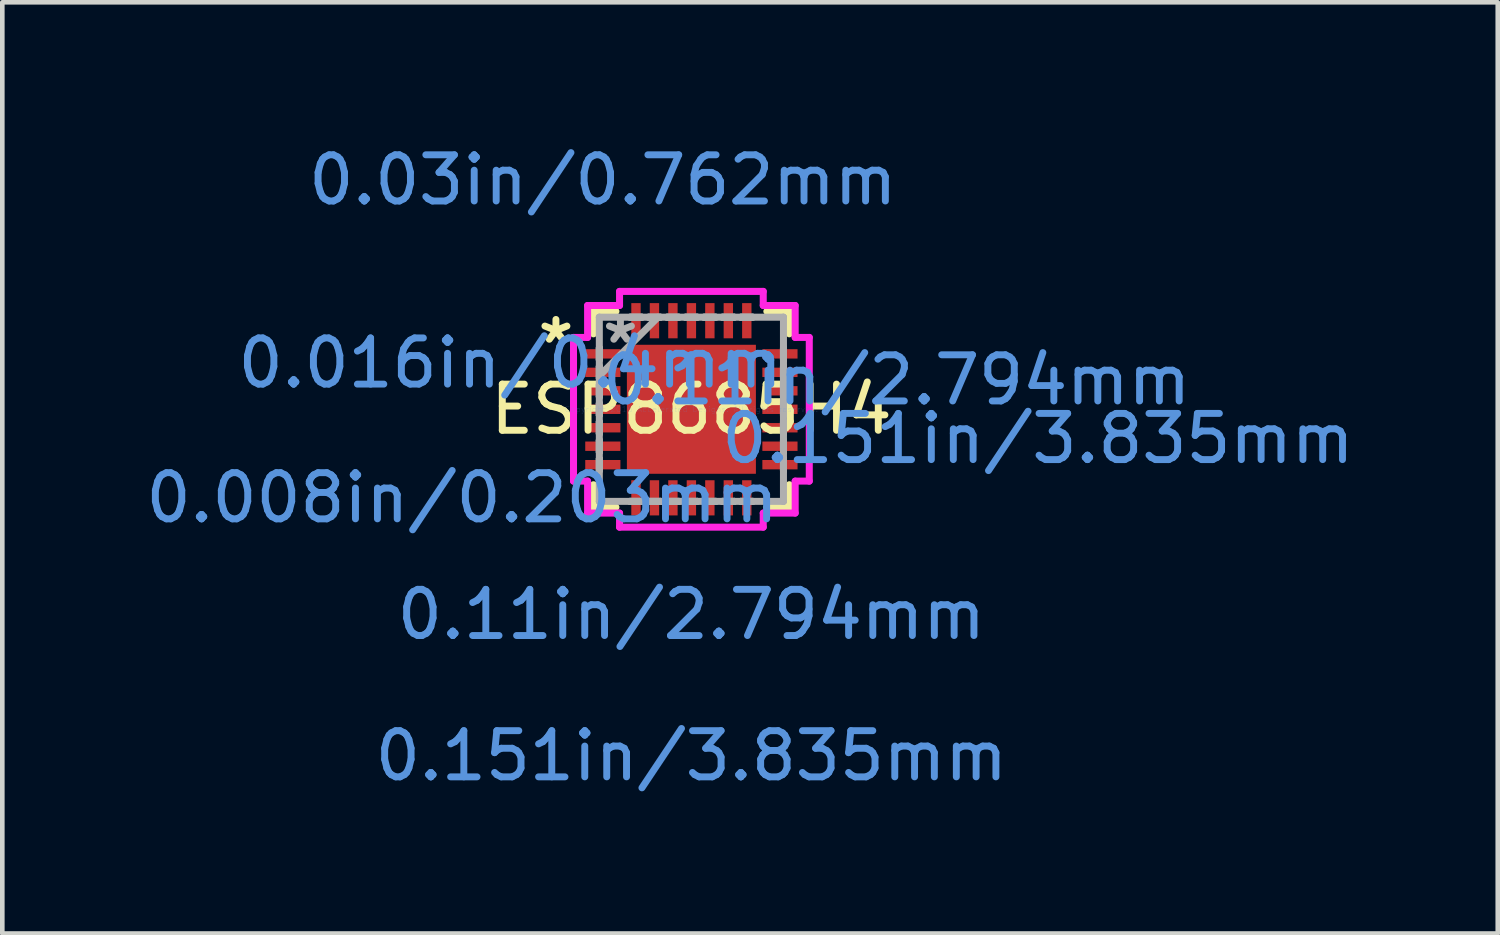
<source format=kicad_pcb>
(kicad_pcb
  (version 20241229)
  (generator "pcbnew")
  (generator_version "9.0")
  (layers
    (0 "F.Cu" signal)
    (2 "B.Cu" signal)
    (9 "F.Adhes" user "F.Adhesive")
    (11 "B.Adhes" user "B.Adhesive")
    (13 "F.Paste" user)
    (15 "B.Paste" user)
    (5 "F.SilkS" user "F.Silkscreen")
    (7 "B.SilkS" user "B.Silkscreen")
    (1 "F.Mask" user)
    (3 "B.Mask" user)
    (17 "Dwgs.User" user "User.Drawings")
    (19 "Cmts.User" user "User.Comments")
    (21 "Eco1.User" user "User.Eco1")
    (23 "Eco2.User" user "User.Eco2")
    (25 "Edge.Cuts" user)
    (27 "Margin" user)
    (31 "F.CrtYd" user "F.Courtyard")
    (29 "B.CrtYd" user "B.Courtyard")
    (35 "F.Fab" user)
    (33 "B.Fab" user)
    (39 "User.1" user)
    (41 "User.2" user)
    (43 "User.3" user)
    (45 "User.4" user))
  (footprint "ESP8685H4"
    (layer "F.Cu")
    (at 11.924 5.814)
    (property "Reference" "ESP8685H4" (at 0 0 0) (layer "F.SilkS") (effects (font (size 1 1) (thickness 0.15))))
    (attr through_hole)
    (fp_line (start -2.121 -2.121) (end -2.121 -1.634) (stroke (width 0.152) (type solid)) (layer "F.SilkS"))
    (fp_line (start -2.121 1.634) (end -2.121 2.121) (stroke (width 0.152) (type solid)) (layer "F.SilkS"))
    (fp_line (start -2.121 2.121) (end -1.634 2.121) (stroke (width 0.152) (type solid)) (layer "F.SilkS"))
    (fp_line (start -1.634 -2.121) (end -2.121 -2.121) (stroke (width 0.152) (type solid)) (layer "F.SilkS"))
    (fp_line (start 1.634 2.121) (end 2.121 2.121) (stroke (width 0.152) (type solid)) (layer "F.SilkS"))
    (fp_line (start 2.121 -2.121) (end 1.634 -2.121) (stroke (width 0.152) (type solid)) (layer "F.SilkS"))
    (fp_line (start 2.121 -1.634) (end 2.121 -2.121) (stroke (width 0.152) (type solid)) (layer "F.SilkS"))
    (fp_line (start 2.121 2.121) (end 2.121 1.634) (stroke (width 0.152) (type solid)) (layer "F.SilkS"))
    (fp_line (start -2.553 -1.556) (end -2.248 -1.556) (stroke (width 0.152) (type solid)) (layer "F.CrtYd"))
    (fp_line (start -2.553 1.556) (end -2.553 -1.556) (stroke (width 0.152) (type solid)) (layer "F.CrtYd"))
    (fp_line (start -2.248 -2.248) (end -1.556 -2.248) (stroke (width 0.152) (type solid)) (layer "F.CrtYd"))
    (fp_line (start -2.248 -1.556) (end -2.248 -2.248) (stroke (width 0.152) (type solid)) (layer "F.CrtYd"))
    (fp_line (start -2.248 1.556) (end -2.553 1.556) (stroke (width 0.152) (type solid)) (layer "F.CrtYd"))
    (fp_line (start -2.248 2.248) (end -2.248 1.556) (stroke (width 0.152) (type solid)) (layer "F.CrtYd"))
    (fp_line (start -1.556 -2.553) (end 1.556 -2.553) (stroke (width 0.152) (type solid)) (layer "F.CrtYd"))
    (fp_line (start -1.556 -2.248) (end -1.556 -2.553) (stroke (width 0.152) (type solid)) (layer "F.CrtYd"))
    (fp_line (start -1.556 2.248) (end -2.248 2.248) (stroke (width 0.152) (type solid)) (layer "F.CrtYd"))
    (fp_line (start -1.556 2.553) (end -1.556 2.248) (stroke (width 0.152) (type solid)) (layer "F.CrtYd"))
    (fp_line (start 1.556 -2.553) (end 1.556 -2.248) (stroke (width 0.152) (type solid)) (layer "F.CrtYd"))
    (fp_line (start 1.556 -2.248) (end 2.248 -2.248) (stroke (width 0.152) (type solid)) (layer "F.CrtYd"))
    (fp_line (start 1.556 2.248) (end 1.556 2.553) (stroke (width 0.152) (type solid)) (layer "F.CrtYd"))
    (fp_line (start 1.556 2.553) (end -1.556 2.553) (stroke (width 0.152) (type solid)) (layer "F.CrtYd"))
    (fp_line (start 2.248 -2.248) (end 2.248 -1.556) (stroke (width 0.152) (type solid)) (layer "F.CrtYd"))
    (fp_line (start 2.248 -1.556) (end 2.553 -1.556) (stroke (width 0.152) (type solid)) (layer "F.CrtYd"))
    (fp_line (start 2.248 1.556) (end 2.248 2.248) (stroke (width 0.152) (type solid)) (layer "F.CrtYd"))
    (fp_line (start 2.248 2.248) (end 1.556 2.248) (stroke (width 0.152) (type solid)) (layer "F.CrtYd"))
    (fp_line (start 2.553 -1.556) (end 2.553 1.556) (stroke (width 0.152) (type solid)) (layer "F.CrtYd"))
    (fp_line (start 2.553 1.556) (end 2.248 1.556) (stroke (width 0.152) (type solid)) (layer "F.CrtYd"))
    (fp_line (start -1.994 -1.994) (end -1.994 -1.994) (stroke (width 0.152) (type solid)) (layer "F.Fab"))
    (fp_line (start -1.994 -1.994) (end -1.994 1.994) (stroke (width 0.152) (type solid)) (layer "F.Fab"))
    (fp_line (start -1.994 -1.327) (end -1.994 -1.327) (stroke (width 0.152) (type solid)) (layer "F.Fab"))
    (fp_line (start -1.994 -1.327) (end -1.994 -1.073) (stroke (width 0.152) (type solid)) (layer "F.Fab"))
    (fp_line (start -1.994 -1.073) (end -1.994 -1.327) (stroke (width 0.152) (type solid)) (layer "F.Fab"))
    (fp_line (start -1.994 -1.073) (end -1.994 -1.073) (stroke (width 0.152) (type solid)) (layer "F.Fab"))
    (fp_line (start -1.994 -0.927) (end -1.994 -0.927) (stroke (width 0.152) (type solid)) (layer "F.Fab"))
    (fp_line (start -1.994 -0.927) (end -1.994 -0.673) (stroke (width 0.152) (type solid)) (layer "F.Fab"))
    (fp_line (start -1.994 -0.724) (end -0.724 -1.994) (stroke (width 0.152) (type solid)) (layer "F.Fab"))
    (fp_line (start -1.994 -0.673) (end -1.994 -0.927) (stroke (width 0.152) (type solid)) (layer "F.Fab"))
    (fp_line (start -1.994 -0.673) (end -1.994 -0.673) (stroke (width 0.152) (type solid)) (layer "F.Fab"))
    (fp_line (start -1.994 -0.527) (end -1.994 -0.527) (stroke (width 0.152) (type solid)) (layer "F.Fab"))
    (fp_line (start -1.994 -0.527) (end -1.994 -0.273) (stroke (width 0.152) (type solid)) (layer "F.Fab"))
    (fp_line (start -1.994 -0.273) (end -1.994 -0.527) (stroke (width 0.152) (type solid)) (layer "F.Fab"))
    (fp_line (start -1.994 -0.273) (end -1.994 -0.273) (stroke (width 0.152) (type solid)) (layer "F.Fab"))
    (fp_line (start -1.994 -0.127) (end -1.994 -0.127) (stroke (width 0.152) (type solid)) (layer "F.Fab"))
    (fp_line (start -1.994 -0.127) (end -1.994 0.127) (stroke (width 0.152) (type solid)) (layer "F.Fab"))
    (fp_line (start -1.994 0.127) (end -1.994 -0.127) (stroke (width 0.152) (type solid)) (layer "F.Fab"))
    (fp_line (start -1.994 0.127) (end -1.994 0.127) (stroke (width 0.152) (type solid)) (layer "F.Fab"))
    (fp_line (start -1.994 0.273) (end -1.994 0.273) (stroke (width 0.152) (type solid)) (layer "F.Fab"))
    (fp_line (start -1.994 0.273) (end -1.994 0.527) (stroke (width 0.152) (type solid)) (layer "F.Fab"))
    (fp_line (start -1.994 0.527) (end -1.994 0.273) (stroke (width 0.152) (type solid)) (layer "F.Fab"))
    (fp_line (start -1.994 0.527) (end -1.994 0.527) (stroke (width 0.152) (type solid)) (layer "F.Fab"))
    (fp_line (start -1.994 0.673) (end -1.994 0.673) (stroke (width 0.152) (type solid)) (layer "F.Fab"))
    (fp_line (start -1.994 0.673) (end -1.994 0.927) (stroke (width 0.152) (type solid)) (layer "F.Fab"))
    (fp_line (start -1.994 0.927) (end -1.994 0.673) (stroke (width 0.152) (type solid)) (layer "F.Fab"))
    (fp_line (start -1.994 0.927) (end -1.994 0.927) (stroke (width 0.152) (type solid)) (layer "F.Fab"))
    (fp_line (start -1.994 1.073) (end -1.994 1.073) (stroke (width 0.152) (type solid)) (layer "F.Fab"))
    (fp_line (start -1.994 1.073) (end -1.994 1.327) (stroke (width 0.152) (type solid)) (layer "F.Fab"))
    (fp_line (start -1.994 1.327) (end -1.994 1.073) (stroke (width 0.152) (type solid)) (layer "F.Fab"))
    (fp_line (start -1.994 1.327) (end -1.994 1.327) (stroke (width 0.152) (type solid)) (layer "F.Fab"))
    (fp_line (start -1.994 1.994) (end -1.994 1.994) (stroke (width 0.152) (type solid)) (layer "F.Fab"))
    (fp_line (start -1.994 1.994) (end 1.994 1.994) (stroke (width 0.152) (type solid)) (layer "F.Fab"))
    (fp_line (start -1.327 -1.994) (end -1.327 -1.994) (stroke (width 0.152) (type solid)) (layer "F.Fab"))
    (fp_line (start -1.327 -1.994) (end -1.073 -1.994) (stroke (width 0.152) (type solid)) (layer "F.Fab"))
    (fp_line (start -1.327 1.994) (end -1.327 1.994) (stroke (width 0.152) (type solid)) (layer "F.Fab"))
    (fp_line (start -1.327 1.994) (end -1.073 1.994) (stroke (width 0.152) (type solid)) (layer "F.Fab"))
    (fp_line (start -1.073 -1.994) (end -1.327 -1.994) (stroke (width 0.152) (type solid)) (layer "F.Fab"))
    (fp_line (start -1.073 -1.994) (end -1.073 -1.994) (stroke (width 0.152) (type solid)) (layer "F.Fab"))
    (fp_line (start -1.073 1.994) (end -1.327 1.994) (stroke (width 0.152) (type solid)) (layer "F.Fab"))
    (fp_line (start -1.073 1.994) (end -1.073 1.994) (stroke (width 0.152) (type solid)) (layer "F.Fab"))
    (fp_line (start -0.927 -1.994) (end -0.927 -1.994) (stroke (width 0.152) (type solid)) (layer "F.Fab"))
    (fp_line (start -0.927 -1.994) (end -0.673 -1.994) (stroke (width 0.152) (type solid)) (layer "F.Fab"))
    (fp_line (start -0.927 1.994) (end -0.927 1.994) (stroke (width 0.152) (type solid)) (layer "F.Fab"))
    (fp_line (start -0.927 1.994) (end -0.673 1.994) (stroke (width 0.152) (type solid)) (layer "F.Fab"))
    (fp_line (start -0.673 -1.994) (end -0.927 -1.994) (stroke (width 0.152) (type solid)) (layer "F.Fab"))
    (fp_line (start -0.673 -1.994) (end -0.673 -1.994) (stroke (width 0.152) (type solid)) (layer "F.Fab"))
    (fp_line (start -0.673 1.994) (end -0.927 1.994) (stroke (width 0.152) (type solid)) (layer "F.Fab"))
    (fp_line (start -0.673 1.994) (end -0.673 1.994) (stroke (width 0.152) (type solid)) (layer "F.Fab"))
    (fp_line (start -0.527 -1.994) (end -0.527 -1.994) (stroke (width 0.152) (type solid)) (layer "F.Fab"))
    (fp_line (start -0.527 -1.994) (end -0.273 -1.994) (stroke (width 0.152) (type solid)) (layer "F.Fab"))
    (fp_line (start -0.527 1.994) (end -0.527 1.994) (stroke (width 0.152) (type solid)) (layer "F.Fab"))
    (fp_line (start -0.527 1.994) (end -0.273 1.994) (stroke (width 0.152) (type solid)) (layer "F.Fab"))
    (fp_line (start -0.273 -1.994) (end -0.527 -1.994) (stroke (width 0.152) (type solid)) (layer "F.Fab"))
    (fp_line (start -0.273 -1.994) (end -0.273 -1.994) (stroke (width 0.152) (type solid)) (layer "F.Fab"))
    (fp_line (start -0.273 1.994) (end -0.527 1.994) (stroke (width 0.152) (type solid)) (layer "F.Fab"))
    (fp_line (start -0.273 1.994) (end -0.273 1.994) (stroke (width 0.152) (type solid)) (layer "F.Fab"))
    (fp_line (start -0.127 -1.994) (end -0.127 -1.994) (stroke (width 0.152) (type solid)) (layer "F.Fab"))
    (fp_line (start -0.127 -1.994) (end 0.127 -1.994) (stroke (width 0.152) (type solid)) (layer "F.Fab"))
    (fp_line (start -0.127 1.994) (end -0.127 1.994) (stroke (width 0.152) (type solid)) (layer "F.Fab"))
    (fp_line (start -0.127 1.994) (end 0.127 1.994) (stroke (width 0.152) (type solid)) (layer "F.Fab"))
    (fp_line (start 0.127 -1.994) (end -0.127 -1.994) (stroke (width 0.152) (type solid)) (layer "F.Fab"))
    (fp_line (start 0.127 -1.994) (end 0.127 -1.994) (stroke (width 0.152) (type solid)) (layer "F.Fab"))
    (fp_line (start 0.127 1.994) (end -0.127 1.994) (stroke (width 0.152) (type solid)) (layer "F.Fab"))
    (fp_line (start 0.127 1.994) (end 0.127 1.994) (stroke (width 0.152) (type solid)) (layer "F.Fab"))
    (fp_line (start 0.273 -1.994) (end 0.273 -1.994) (stroke (width 0.152) (type solid)) (layer "F.Fab"))
    (fp_line (start 0.273 -1.994) (end 0.527 -1.994) (stroke (width 0.152) (type solid)) (layer "F.Fab"))
    (fp_line (start 0.273 1.994) (end 0.273 1.994) (stroke (width 0.152) (type solid)) (layer "F.Fab"))
    (fp_line (start 0.273 1.994) (end 0.527 1.994) (stroke (width 0.152) (type solid)) (layer "F.Fab"))
    (fp_line (start 0.527 -1.994) (end 0.273 -1.994) (stroke (width 0.152) (type solid)) (layer "F.Fab"))
    (fp_line (start 0.527 -1.994) (end 0.527 -1.994) (stroke (width 0.152) (type solid)) (layer "F.Fab"))
    (fp_line (start 0.527 1.994) (end 0.273 1.994) (stroke (width 0.152) (type solid)) (layer "F.Fab"))
    (fp_line (start 0.527 1.994) (end 0.527 1.994) (stroke (width 0.152) (type solid)) (layer "F.Fab"))
    (fp_line (start 0.673 -1.994) (end 0.673 -1.994) (stroke (width 0.152) (type solid)) (layer "F.Fab"))
    (fp_line (start 0.673 -1.994) (end 0.927 -1.994) (stroke (width 0.152) (type solid)) (layer "F.Fab"))
    (fp_line (start 0.673 1.994) (end 0.673 1.994) (stroke (width 0.152) (type solid)) (layer "F.Fab"))
    (fp_line (start 0.673 1.994) (end 0.927 1.994) (stroke (width 0.152) (type solid)) (layer "F.Fab"))
    (fp_line (start 0.927 -1.994) (end 0.673 -1.994) (stroke (width 0.152) (type solid)) (layer "F.Fab"))
    (fp_line (start 0.927 -1.994) (end 0.927 -1.994) (stroke (width 0.152) (type solid)) (layer "F.Fab"))
    (fp_line (start 0.927 1.994) (end 0.673 1.994) (stroke (width 0.152) (type solid)) (layer "F.Fab"))
    (fp_line (start 0.927 1.994) (end 0.927 1.994) (stroke (width 0.152) (type solid)) (layer "F.Fab"))
    (fp_line (start 1.073 -1.994) (end 1.073 -1.994) (stroke (width 0.152) (type solid)) (layer "F.Fab"))
    (fp_line (start 1.073 -1.994) (end 1.327 -1.994) (stroke (width 0.152) (type solid)) (layer "F.Fab"))
    (fp_line (start 1.073 1.994) (end 1.073 1.994) (stroke (width 0.152) (type solid)) (layer "F.Fab"))
    (fp_line (start 1.073 1.994) (end 1.327 1.994) (stroke (width 0.152) (type solid)) (layer "F.Fab"))
    (fp_line (start 1.327 -1.994) (end 1.073 -1.994) (stroke (width 0.152) (type solid)) (layer "F.Fab"))
    (fp_line (start 1.327 -1.994) (end 1.327 -1.994) (stroke (width 0.152) (type solid)) (layer "F.Fab"))
    (fp_line (start 1.327 1.994) (end 1.073 1.994) (stroke (width 0.152) (type solid)) (layer "F.Fab"))
    (fp_line (start 1.327 1.994) (end 1.327 1.994) (stroke (width 0.152) (type solid)) (layer "F.Fab"))
    (fp_line (start 1.994 -1.994) (end -1.994 -1.994) (stroke (width 0.152) (type solid)) (layer "F.Fab"))
    (fp_line (start 1.994 -1.994) (end 1.994 -1.994) (stroke (width 0.152) (type solid)) (layer "F.Fab"))
    (fp_line (start 1.994 -1.327) (end 1.994 -1.327) (stroke (width 0.152) (type solid)) (layer "F.Fab"))
    (fp_line (start 1.994 -1.327) (end 1.994 -1.073) (stroke (width 0.152) (type solid)) (layer "F.Fab"))
    (fp_line (start 1.994 -1.073) (end 1.994 -1.327) (stroke (width 0.152) (type solid)) (layer "F.Fab"))
    (fp_line (start 1.994 -1.073) (end 1.994 -1.073) (stroke (width 0.152) (type solid)) (layer "F.Fab"))
    (fp_line (start 1.994 -0.927) (end 1.994 -0.927) (stroke (width 0.152) (type solid)) (layer "F.Fab"))
    (fp_line (start 1.994 -0.927) (end 1.994 -0.673) (stroke (width 0.152) (type solid)) (layer "F.Fab"))
    (fp_line (start 1.994 -0.673) (end 1.994 -0.927) (stroke (width 0.152) (type solid)) (layer "F.Fab"))
    (fp_line (start 1.994 -0.673) (end 1.994 -0.673) (stroke (width 0.152) (type solid)) (layer "F.Fab"))
    (fp_line (start 1.994 -0.527) (end 1.994 -0.527) (stroke (width 0.152) (type solid)) (layer "F.Fab"))
    (fp_line (start 1.994 -0.527) (end 1.994 -0.273) (stroke (width 0.152) (type solid)) (layer "F.Fab"))
    (fp_line (start 1.994 -0.273) (end 1.994 -0.527) (stroke (width 0.152) (type solid)) (layer "F.Fab"))
    (fp_line (start 1.994 -0.273) (end 1.994 -0.273) (stroke (width 0.152) (type solid)) (layer "F.Fab"))
    (fp_line (start 1.994 -0.127) (end 1.994 -0.127) (stroke (width 0.152) (type solid)) (layer "F.Fab"))
    (fp_line (start 1.994 -0.127) (end 1.994 0.127) (stroke (width 0.152) (type solid)) (layer "F.Fab"))
    (fp_line (start 1.994 0.127) (end 1.994 -0.127) (stroke (width 0.152) (type solid)) (layer "F.Fab"))
    (fp_line (start 1.994 0.127) (end 1.994 0.127) (stroke (width 0.152) (type solid)) (layer "F.Fab"))
    (fp_line (start 1.994 0.273) (end 1.994 0.273) (stroke (width 0.152) (type solid)) (layer "F.Fab"))
    (fp_line (start 1.994 0.273) (end 1.994 0.527) (stroke (width 0.152) (type solid)) (layer "F.Fab"))
    (fp_line (start 1.994 0.527) (end 1.994 0.273) (stroke (width 0.152) (type solid)) (layer "F.Fab"))
    (fp_line (start 1.994 0.527) (end 1.994 0.527) (stroke (width 0.152) (type solid)) (layer "F.Fab"))
    (fp_line (start 1.994 0.673) (end 1.994 0.673) (stroke (width 0.152) (type solid)) (layer "F.Fab"))
    (fp_line (start 1.994 0.673) (end 1.994 0.927) (stroke (width 0.152) (type solid)) (layer "F.Fab"))
    (fp_line (start 1.994 0.927) (end 1.994 0.673) (stroke (width 0.152) (type solid)) (layer "F.Fab"))
    (fp_line (start 1.994 0.927) (end 1.994 0.927) (stroke (width 0.152) (type solid)) (layer "F.Fab"))
    (fp_line (start 1.994 1.073) (end 1.994 1.073) (stroke (width 0.152) (type solid)) (layer "F.Fab"))
    (fp_line (start 1.994 1.073) (end 1.994 1.327) (stroke (width 0.152) (type solid)) (layer "F.Fab"))
    (fp_line (start 1.994 1.327) (end 1.994 1.073) (stroke (width 0.152) (type solid)) (layer "F.Fab"))
    (fp_line (start 1.994 1.327) (end 1.994 1.327) (stroke (width 0.152) (type solid)) (layer "F.Fab"))
    (fp_line (start 1.994 1.994) (end 1.994 -1.994) (stroke (width 0.152) (type solid)) (layer "F.Fab"))
    (fp_line (start 1.994 1.994) (end 1.994 1.994) (stroke (width 0.152) (type solid)) (layer "F.Fab"))
    (fp_text user "*" (at -2.934 -1.4 0) (layer "F.SilkS") (effects (font (size 1 1) (thickness 0.15))))
    (fp_text user "0.11in/2.794mm" (at 0 4.445 0) (layer "Cmts.User") (effects (font (size 1 1) (thickness 0.15))))
    (fp_text user "0.016in/0.4mm" (at -3.924 -1 0) (layer "Cmts.User") (effects (font (size 1 1) (thickness 0.15))))
    (fp_text user "0.008in/0.203mm" (at -4.966 1.918 0) (layer "Cmts.User") (effects (font (size 1 1) (thickness 0.15))))
    (fp_text user "0.11in/2.794mm" (at 4.445 -0.635 0) (layer "Cmts.User") (effects (font (size 1 1) (thickness 0.15))))
    (fp_text user "Copyright 2016 Accelerated Designs. All rights reserved." (at 0 0 0) (layer "Cmts.User") (effects (font (size 0.127 0.127) (thickness 0.002))))
    (fp_text user "0.151in/3.835mm" (at 7.506 0.635 0) (layer "Cmts.User") (effects (font (size 1 1) (thickness 0.15))))
    (fp_text user "0.03in/0.762mm" (at -1.918 -4.966 0) (layer "Cmts.User") (effects (font (size 1 1) (thickness 0.15))))
    (fp_text user "0.151in/3.835mm" (at 0 7.506 0) (layer "Cmts.User") (effects (font (size 1 1) (thickness 0.15))))
    (fp_text user "*" (at -1.537 -1.4 0) (layer "F.Fab") (effects (font (size 1 1) (thickness 0.15))))
    (pad "1" smd rect (at -1.918 -1.2 90) (size 0.203 0.762) (layers "F.Cu" "F.Mask" "F.Paste"))
    (pad "2" smd rect (at -1.918 -0.8 90) (size 0.203 0.762) (layers "F.Cu" "F.Mask" "F.Paste"))
    (pad "3" smd rect (at -1.918 -0.4 90) (size 0.203 0.762) (layers "F.Cu" "F.Mask" "F.Paste"))
    (pad "4" smd rect (at -1.918 0 90) (size 0.203 0.762) (layers "F.Cu" "F.Mask" "F.Paste"))
    (pad "5" smd rect (at -1.918 0.4 90) (size 0.203 0.762) (layers "F.Cu" "F.Mask" "F.Paste"))
    (pad "6" smd rect (at -1.918 0.8 90) (size 0.203 0.762) (layers "F.Cu" "F.Mask" "F.Paste"))
    (pad "7" smd rect (at -1.918 1.2 90) (size 0.203 0.762) (layers "F.Cu" "F.Mask" "F.Paste"))
    (pad "8" smd rect (at -1.2 1.918) (size 0.203 0.762) (layers "F.Cu" "F.Mask" "F.Paste"))
    (pad "9" smd rect (at -0.8 1.918) (size 0.203 0.762) (layers "F.Cu" "F.Mask" "F.Paste"))
    (pad "10" smd rect (at -0.4 1.918) (size 0.203 0.762) (layers "F.Cu" "F.Mask" "F.Paste"))
    (pad "11" smd rect (at 0 1.918) (size 0.203 0.762) (layers "F.Cu" "F.Mask" "F.Paste"))
    (pad "12" smd rect (at 0.4 1.918) (size 0.203 0.762) (layers "F.Cu" "F.Mask" "F.Paste"))
    (pad "13" smd rect (at 0.8 1.918) (size 0.203 0.762) (layers "F.Cu" "F.Mask" "F.Paste"))
    (pad "14" smd rect (at 1.2 1.918) (size 0.203 0.762) (layers "F.Cu" "F.Mask" "F.Paste"))
    (pad "15" smd rect (at 1.918 1.2 90) (size 0.203 0.762) (layers "F.Cu" "F.Mask" "F.Paste"))
    (pad "16" smd rect (at 1.918 0.8 90) (size 0.203 0.762) (layers "F.Cu" "F.Mask" "F.Paste"))
    (pad "17" smd rect (at 1.918 0.4 90) (size 0.203 0.762) (layers "F.Cu" "F.Mask" "F.Paste"))
    (pad "18" smd rect (at 1.918 0 90) (size 0.203 0.762) (layers "F.Cu" "F.Mask" "F.Paste"))
    (pad "19" smd rect (at 1.918 -0.4 90) (size 0.203 0.762) (layers "F.Cu" "F.Mask" "F.Paste"))
    (pad "20" smd rect (at 1.918 -0.8 90) (size 0.203 0.762) (layers "F.Cu" "F.Mask" "F.Paste"))
    (pad "21" smd rect (at 1.918 -1.2 90) (size 0.203 0.762) (layers "F.Cu" "F.Mask" "F.Paste"))
    (pad "22" smd rect (at 1.2 -1.918) (size 0.203 0.762) (layers "F.Cu" "F.Mask" "F.Paste"))
    (pad "23" smd rect (at 0.8 -1.918) (size 0.203 0.762) (layers "F.Cu" "F.Mask" "F.Paste"))
    (pad "24" smd rect (at 0.4 -1.918) (size 0.203 0.762) (layers "F.Cu" "F.Mask" "F.Paste"))
    (pad "25" smd rect (at 0 -1.918) (size 0.203 0.762) (layers "F.Cu" "F.Mask" "F.Paste"))
    (pad "26" smd rect (at -0.4 -1.918) (size 0.203 0.762) (layers "F.Cu" "F.Mask" "F.Paste"))
    (pad "27" smd rect (at -0.8 -1.918) (size 0.203 0.762) (layers "F.Cu" "F.Mask" "F.Paste"))
    (pad "28" smd rect (at -1.2 -1.918) (size 0.203 0.762) (layers "F.Cu" "F.Mask" "F.Paste"))
    (pad "29" smd rect (at 0 0) (size 2.794 2.794) (layers "F.Cu" "F.Mask" "F.Paste")))
  (gr_rect
    (start -3 -3)
    (end 29.388 17.168)
    (stroke (width 0.1) (type default))
    (fill no)
    (layer "Edge.Cuts")))
</source>
